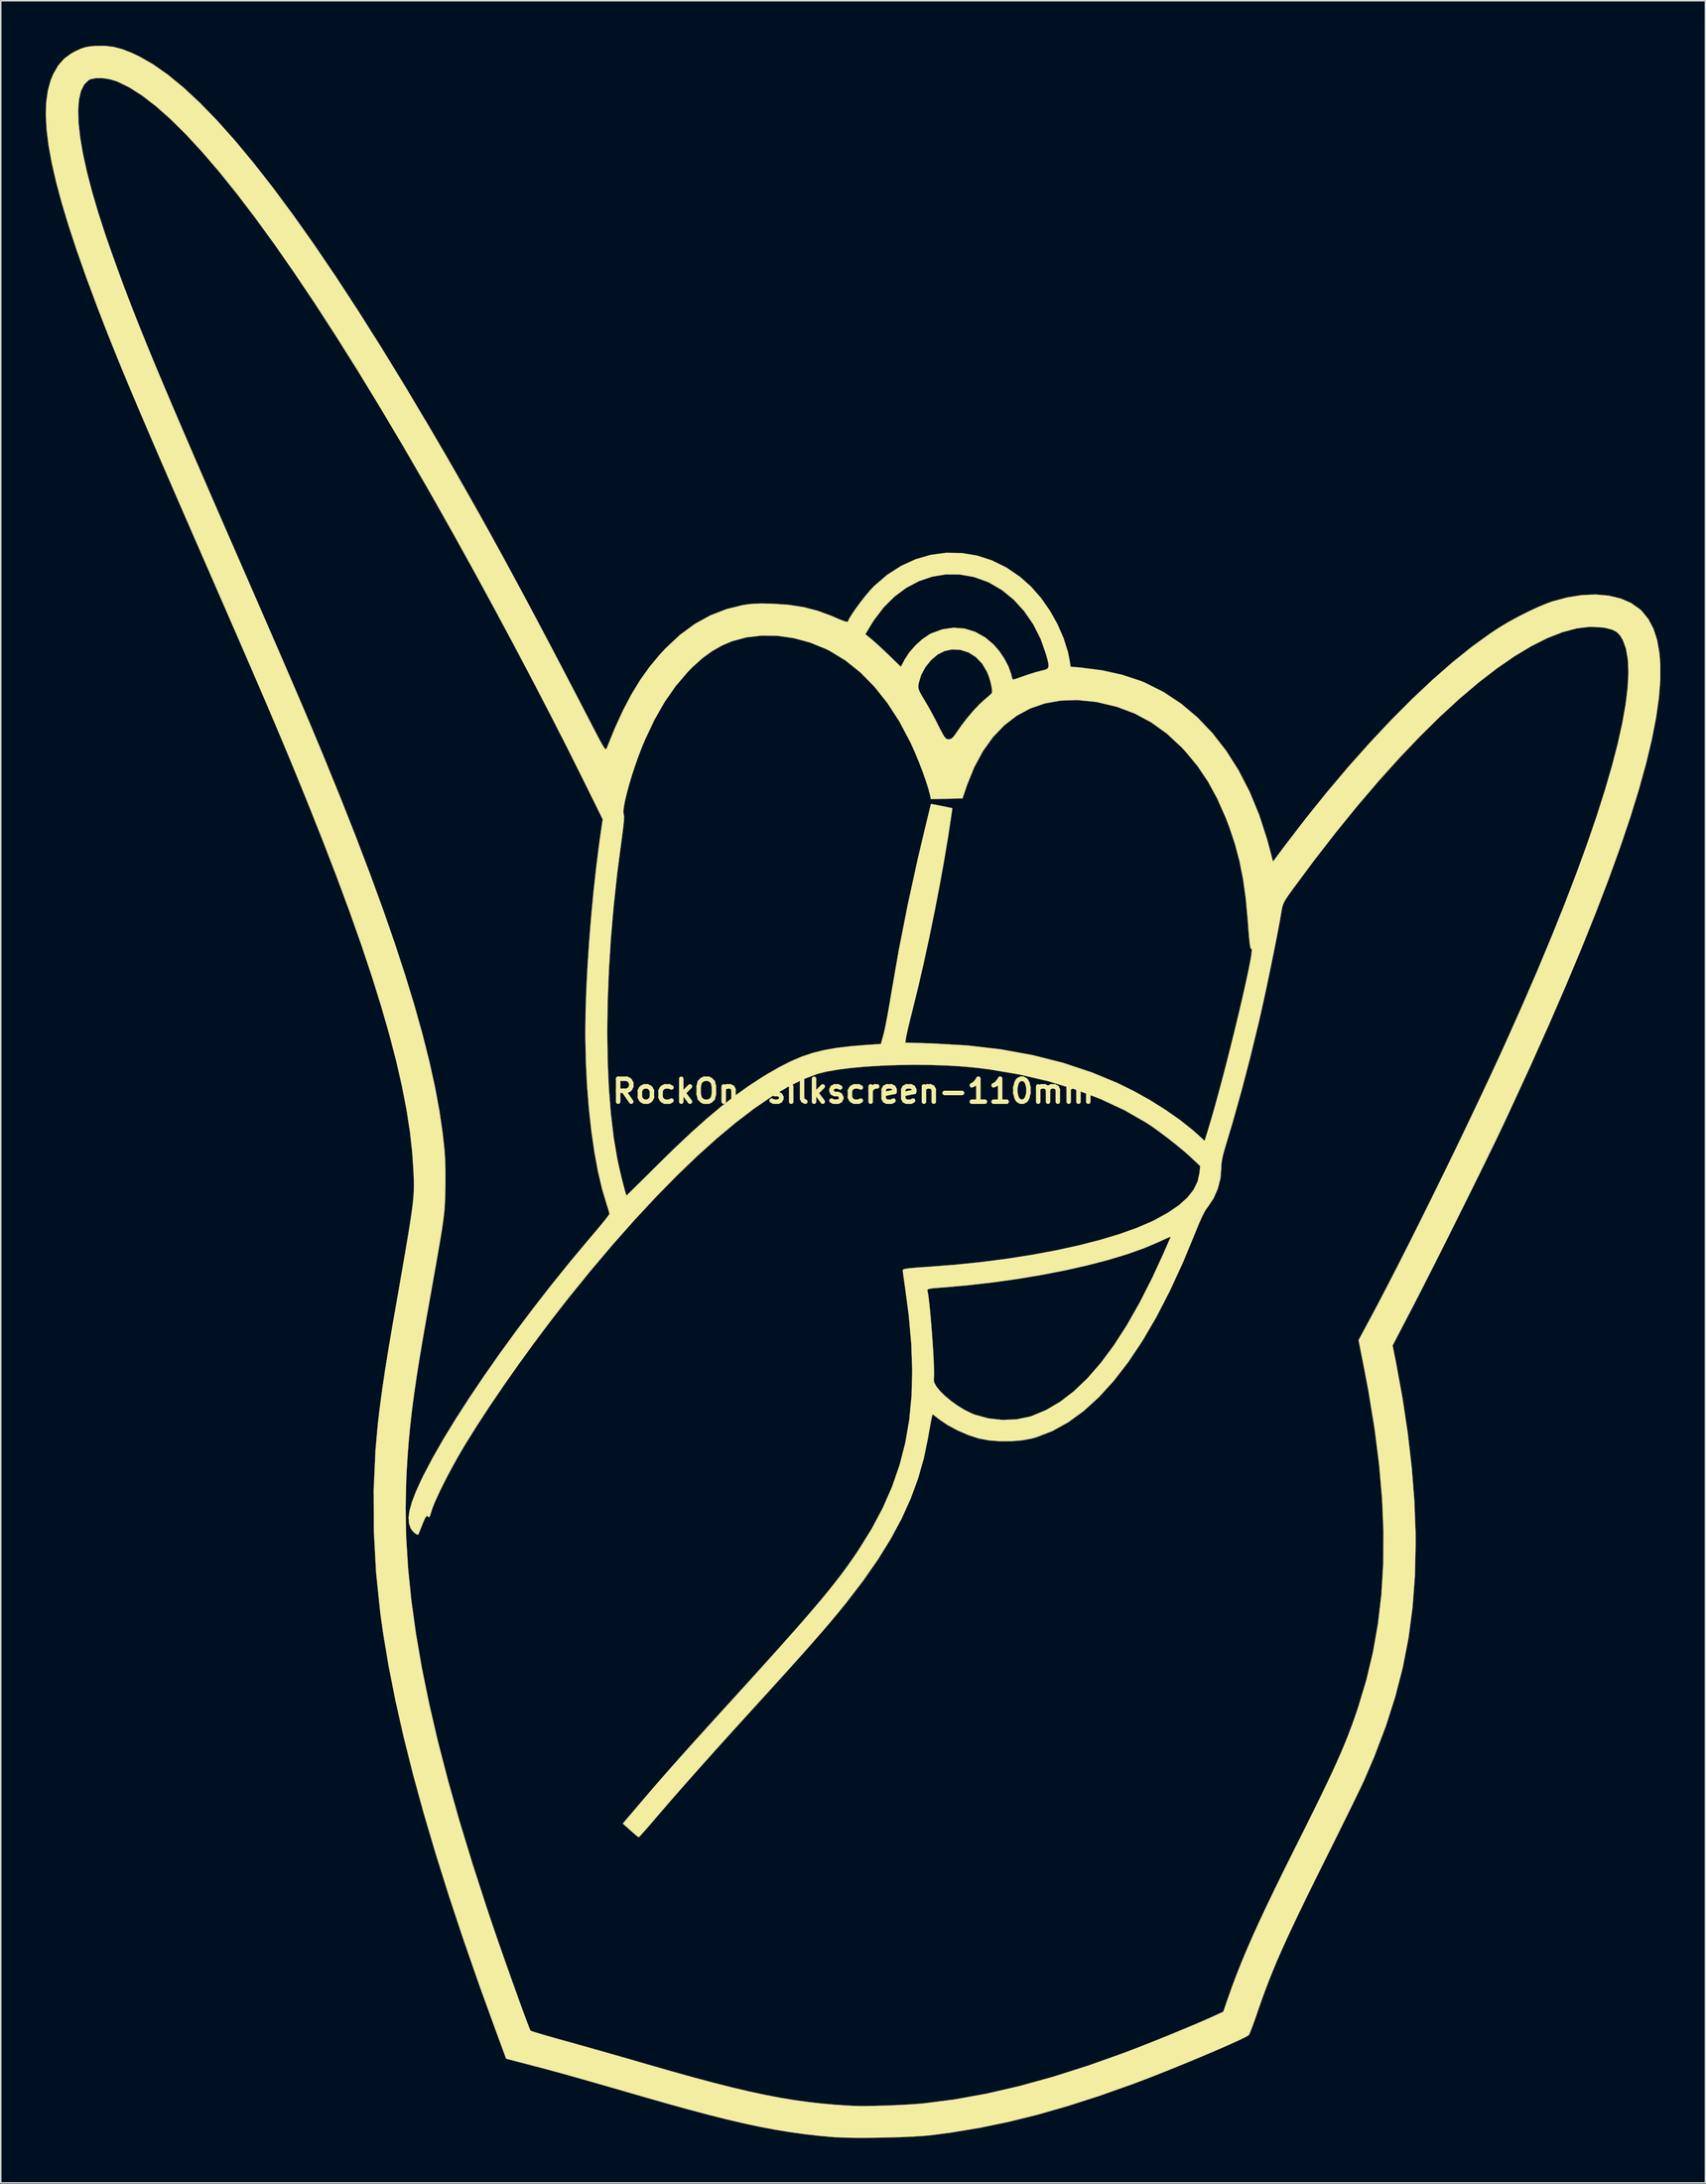
<source format=kicad_pcb>
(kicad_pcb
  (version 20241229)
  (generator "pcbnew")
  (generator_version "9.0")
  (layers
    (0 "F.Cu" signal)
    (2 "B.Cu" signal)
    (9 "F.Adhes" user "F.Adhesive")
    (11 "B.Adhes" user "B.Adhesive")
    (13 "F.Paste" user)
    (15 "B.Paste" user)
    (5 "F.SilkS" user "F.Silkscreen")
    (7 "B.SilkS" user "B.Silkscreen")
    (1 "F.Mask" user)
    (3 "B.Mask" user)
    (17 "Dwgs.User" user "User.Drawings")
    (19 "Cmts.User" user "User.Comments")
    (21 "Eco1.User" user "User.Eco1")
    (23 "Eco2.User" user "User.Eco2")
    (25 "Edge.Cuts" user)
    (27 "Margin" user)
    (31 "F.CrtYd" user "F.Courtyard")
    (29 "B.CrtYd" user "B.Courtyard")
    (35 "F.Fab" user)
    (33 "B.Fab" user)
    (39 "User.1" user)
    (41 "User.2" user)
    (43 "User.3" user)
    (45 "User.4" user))
  (footprint "RockOn-silkscreen-110mm"
    (layer "F.Cu")
    (at 53.848 69.665)
    (property "Reference" "RockOn-silkscreen-110mm" (at 0 0 0) (layer "F.SilkS") (effects (font (size 1.524 1.524) (thickness 0.3))))
    (attr through_hole)
    (fp_poly (pts (xy -49.323 -69.591) (xy -48.751 -69.441) (xy -48.127 -69.198) (xy -47.625 -68.962) (xy -46.69 -68.431) (xy -45.703 -67.739) (xy -44.664 -66.886) (xy -43.573 -65.872) (xy -42.431 -64.697) (xy -41.238 -63.362) (xy -39.993 -61.866) (xy -38.696 -60.211) (xy -37.349 -58.395) (xy -35.95 -56.419) (xy -34.5 -54.283) (xy -33 -51.987) (xy -31.448 -49.531) (xy -29.846 -46.916) (xy -28.193 -44.142) (xy -27.162 -42.376) (xy -26.404 -41.06) (xy -25.66 -39.754) (xy -24.921 -38.444) (xy -24.181 -37.115) (xy -23.43 -35.752) (xy -22.662 -34.339) (xy -21.867 -32.863) (xy -21.038 -31.308) (xy -20.166 -29.659) (xy -19.244 -27.902) (xy -18.264 -26.021) (xy -17.285 -24.133) (xy -17.022 -23.628) (xy -16.824 -23.259) (xy -16.681 -23.008) (xy -16.582 -22.859) (xy -16.515 -22.797) (xy -16.471 -22.806) (xy -16.439 -22.863) (xy -15.894 -24.203) (xy -15.347 -25.394) (xy -14.785 -26.459) (xy -14.198 -27.42) (xy -13.571 -28.296) (xy -12.892 -29.11) (xy -12.495 -29.535) (xy -11.546 -30.419) (xy -11.498 -30.454) (xy 0.812 -30.454) (xy 1.189 -30.151) (xy 1.398 -29.973) (xy 1.688 -29.711) (xy 2.023 -29.4) (xy 2.364 -29.075) (xy 2.372 -29.067) (xy 3.178 -28.286) (xy 3.43 -28.769) (xy 3.732 -29.233) (xy 4.137 -29.698) (xy 4.597 -30.116) (xy 5.063 -30.438) (xy 5.202 -30.511) (xy 5.943 -30.783) (xy 6.689 -30.89) (xy 7.424 -30.833) (xy 8.134 -30.616) (xy 8.805 -30.24) (xy 9.361 -29.771) (xy 9.74 -29.332) (xy 10.08 -28.828) (xy 10.351 -28.309) (xy 10.524 -27.826) (xy 10.55 -27.711) (xy 10.601 -27.522) (xy 10.656 -27.433) (xy 10.661 -27.432) (xy 10.763 -27.459) (xy 10.982 -27.531) (xy 11.279 -27.635) (xy 11.393 -27.676) (xy 11.783 -27.809) (xy 12.187 -27.933) (xy 12.523 -28.022) (xy 12.552 -28.028) (xy 12.796 -28.088) (xy 12.95 -28.16) (xy 13.023 -28.273) (xy 13.023 -28.46) (xy 12.96 -28.752) (xy 12.861 -29.112) (xy 12.494 -30.153) (xy 12.004 -31.118) (xy 11.403 -31.991) (xy 10.706 -32.755) (xy 9.926 -33.393) (xy 9.075 -33.89) (xy 8.962 -33.943) (xy 8.04 -34.271) (xy 7.109 -34.436) (xy 6.182 -34.442) (xy 5.271 -34.293) (xy 4.388 -33.995) (xy 3.545 -33.551) (xy 2.755 -32.967) (xy 2.03 -32.246) (xy 1.381 -31.393) (xy 1.165 -31.048) (xy 0.812 -30.454) (xy -11.498 -30.454) (xy -10.562 -31.142) (xy -9.533 -31.71) (xy -8.445 -32.131) (xy -7.398 -32.39) (xy -7.002 -32.453) (xy -6.596 -32.49) (xy -6.13 -32.503) (xy -5.558 -32.494) (xy -5.376 -32.489) (xy -4.286 -32.414) (xy -3.298 -32.26) (xy -2.363 -32.016) (xy -1.427 -31.67) (xy -1.065 -31.511) (xy -0.754 -31.38) (xy -0.515 -31.3) (xy -0.381 -31.281) (xy -0.364 -31.292) (xy -0.259 -31.511) (xy -0.065 -31.823) (xy 0.192 -32.197) (xy 0.489 -32.599) (xy 0.801 -32.996) (xy 1.104 -33.356) (xy 1.374 -33.646) (xy 1.385 -33.658) (xy 2.259 -34.41) (xy 3.19 -35.008) (xy 4.165 -35.453) (xy 5.172 -35.745) (xy 6.198 -35.882) (xy 7.228 -35.867) (xy 8.251 -35.698) (xy 9.252 -35.375) (xy 10.218 -34.899) (xy 11.137 -34.27) (xy 11.863 -33.622) (xy 12.514 -32.884) (xy 13.105 -32.041) (xy 13.616 -31.132) (xy 14.027 -30.196) (xy 14.319 -29.27) (xy 14.436 -28.687) (xy 14.495 -28.291) (xy 15.143 -28.237) (xy 16.58 -28.054) (xy 17.928 -27.755) (xy 19.168 -27.346) (xy 19.465 -27.224) (xy 20.697 -26.605) (xy 21.858 -25.837) (xy 22.944 -24.925) (xy 23.948 -23.876) (xy 24.868 -22.696) (xy 25.698 -21.391) (xy 26.433 -19.968) (xy 27.068 -18.432) (xy 27.6 -16.79) (xy 27.713 -16.375) (xy 27.993 -15.31) (xy 28.743 -16.312) (xy 30.161 -18.16) (xy 31.592 -19.936) (xy 33.028 -21.633) (xy 34.461 -23.24) (xy 35.881 -24.749) (xy 37.28 -26.152) (xy 38.65 -27.439) (xy 39.981 -28.601) (xy 41.265 -29.631) (xy 42.493 -30.518) (xy 43.034 -30.874) (xy 43.655 -31.248) (xy 44.342 -31.624) (xy 45.048 -31.98) (xy 45.729 -32.293) (xy 46.339 -32.542) (xy 46.605 -32.636) (xy 47.611 -32.908) (xy 48.587 -33.063) (xy 49.517 -33.102) (xy 50.384 -33.026) (xy 51.174 -32.838) (xy 51.868 -32.539) (xy 52.452 -32.13) (xy 52.582 -32.008) (xy 53.023 -31.469) (xy 53.364 -30.826) (xy 53.61 -30.067) (xy 53.764 -29.182) (xy 53.82 -28.49) (xy 53.822 -27.42) (xy 53.728 -26.22) (xy 53.539 -24.891) (xy 53.255 -23.433) (xy 52.874 -21.844) (xy 52.398 -20.124) (xy 51.826 -18.271) (xy 51.157 -16.287) (xy 50.391 -14.169) (xy 49.528 -11.917) (xy 48.569 -9.531) (xy 47.511 -7.01) (xy 46.357 -4.353) (xy 45.104 -1.56) (xy 43.754 1.37) (xy 43.385 2.159) (xy 43.099 2.761) (xy 42.746 3.494) (xy 42.336 4.335) (xy 41.881 5.264) (xy 41.39 6.26) (xy 40.874 7.302) (xy 40.343 8.369) (xy 39.808 9.441) (xy 39.279 10.496) (xy 38.767 11.513) (xy 38.281 12.472) (xy 37.833 13.352) (xy 37.432 14.131) (xy 37.207 14.564) (xy 35.969 16.939) (xy 36.185 18.016) (xy 36.624 20.405) (xy 36.978 22.761) (xy 37.244 25.06) (xy 37.419 27.277) (xy 37.501 29.389) (xy 37.507 30.099) (xy 37.457 32.282) (xy 37.301 34.371) (xy 37.036 36.39) (xy 36.653 38.369) (xy 36.148 40.334) (xy 35.515 42.313) (xy 34.747 44.332) (xy 34.077 45.895) (xy 33.964 46.138) (xy 33.783 46.516) (xy 33.544 47.01) (xy 33.255 47.603) (xy 32.923 48.278) (xy 32.559 49.016) (xy 32.17 49.801) (xy 31.765 50.616) (xy 31.546 51.054) (xy 30.896 52.36) (xy 30.318 53.532) (xy 29.806 54.586) (xy 29.351 55.537) (xy 28.947 56.401) (xy 28.587 57.193) (xy 28.265 57.93) (xy 27.973 58.627) (xy 27.704 59.3) (xy 27.451 59.965) (xy 27.208 60.636) (xy 26.966 61.33) (xy 26.92 61.468) (xy 26.764 61.916) (xy 26.621 62.311) (xy 26.5 62.624) (xy 26.414 62.824) (xy 26.382 62.88) (xy 26.256 62.963) (xy 25.99 63.1) (xy 25.601 63.284) (xy 25.107 63.508) (xy 24.526 63.763) (xy 23.873 64.044) (xy 23.169 64.342) (xy 22.428 64.65) (xy 21.67 64.961) (xy 20.912 65.267) (xy 20.171 65.561) (xy 19.464 65.836) (xy 18.81 66.084) (xy 18.595 66.163) (xy 16.399 66.939) (xy 14.309 67.611) (xy 12.303 68.185) (xy 10.358 68.666) (xy 8.453 69.061) (xy 6.564 69.375) (xy 5.165 69.558) (xy 4.659 69.604) (xy 4.022 69.645) (xy 3.29 69.678) (xy 2.497 69.703) (xy 1.678 69.721) (xy 0.869 69.729) (xy 0.105 69.727) (xy -0.58 69.716) (xy -1.149 69.693) (xy -1.392 69.676) (xy -2.36 69.586) (xy -3.311 69.477) (xy -4.262 69.344) (xy -5.232 69.184) (xy -6.237 68.993) (xy -7.295 68.767) (xy -8.425 68.504) (xy -9.644 68.198) (xy -10.969 67.846) (xy -12.419 67.444) (xy -13.97 67.001) (xy -15.094 66.677) (xy -16.073 66.394) (xy -16.924 66.15) (xy -17.664 65.938) (xy -18.311 65.754) (xy -18.883 65.593) (xy -19.396 65.45) (xy -19.868 65.32) (xy -20.317 65.199) (xy -20.759 65.081) (xy -21.213 64.962) (xy -21.458 64.898) (xy -23.146 64.459) (xy -23.723 62.9) (xy -24.896 59.672) (xy -25.974 56.579) (xy -26.959 53.617) (xy -27.851 50.781) (xy -28.653 48.067) (xy -29.365 45.47) (xy -29.988 42.986) (xy -30.524 40.61) (xy -30.974 38.338) (xy -31.339 36.166) (xy -31.537 34.761) (xy -31.819 32.046) (xy -31.967 29.306) (xy -31.979 26.577) (xy -31.856 23.891) (xy -31.703 22.183) (xy -31.574 21.081) (xy -31.411 19.875) (xy -31.214 18.549) (xy -30.979 17.09) (xy -30.705 15.482) (xy -30.686 15.373) (xy -30.449 14.026) (xy -30.241 12.833) (xy -30.058 11.784) (xy -29.899 10.866) (xy -29.764 10.067) (xy -29.649 9.376) (xy -29.554 8.781) (xy -29.476 8.27) (xy -29.415 7.832) (xy -29.369 7.454) (xy -29.335 7.124) (xy -29.313 6.831) (xy -29.301 6.563) (xy -29.297 6.309) (xy -29.299 6.055) (xy -29.306 5.791) (xy -29.317 5.505) (xy -29.322 5.376) (xy -29.407 4.066) (xy -29.564 2.676) (xy -29.794 1.201) (xy -30.098 -0.363) (xy -30.478 -2.023) (xy -30.936 -3.783) (xy -31.474 -5.65) (xy -32.092 -7.629) (xy -32.792 -9.725) (xy -33.576 -11.943) (xy -34.446 -14.29) (xy -35.402 -16.77) (xy -36.272 -18.955) (xy -36.592 -19.746) (xy -36.904 -20.513) (xy -37.214 -21.269) (xy -37.526 -22.026) (xy -37.847 -22.796) (xy -38.181 -23.592) (xy -38.533 -24.426) (xy -38.91 -25.31) (xy -39.315 -26.257) (xy -39.755 -27.279) (xy -40.235 -28.388) (xy -40.759 -29.597) (xy -41.334 -30.918) (xy -41.964 -32.363) (xy -42.655 -33.945) (xy -43.009 -34.756) (xy -43.791 -36.545) (xy -44.508 -38.189) (xy -45.165 -39.698) (xy -45.766 -41.082) (xy -46.315 -42.35) (xy -46.816 -43.511) (xy -47.273 -44.577) (xy -47.691 -45.556) (xy -48.073 -46.459) (xy -48.424 -47.294) (xy -48.747 -48.073) (xy -49.048 -48.804) (xy -49.329 -49.498) (xy -49.595 -50.164) (xy -49.851 -50.812) (xy -50.1 -51.452) (xy -50.347 -52.093) (xy -50.425 -52.297) (xy -51.144 -54.226) (xy -51.776 -56.016) (xy -52.322 -57.671) (xy -52.783 -59.197) (xy -53.159 -60.598) (xy -53.452 -61.881) (xy -53.663 -63.049) (xy -53.793 -64.109) (xy -53.843 -65.065) (xy -53.833 -65.358) (xy -51.686 -65.358) (xy -51.659 -64.519) (xy -51.552 -63.556) (xy -51.367 -62.473) (xy -51.105 -61.275) (xy -50.765 -59.967) (xy -50.349 -58.552) (xy -49.857 -57.037) (xy -49.529 -56.092) (xy -49.263 -55.348) (xy -48.998 -54.616) (xy -48.728 -53.885) (xy -48.45 -53.147) (xy -48.16 -52.392) (xy -47.854 -51.61) (xy -47.529 -50.793) (xy -47.179 -49.929) (xy -46.802 -49.01) (xy -46.393 -48.027) (xy -45.948 -46.969) (xy -45.464 -45.827) (xy -44.937 -44.593) (xy -44.361 -43.255) (xy -43.735 -41.805) (xy -43.053 -40.234) (xy -42.312 -38.531) (xy -41.507 -36.687) (xy -41.126 -35.814) (xy -40.41 -34.176) (xy -39.758 -32.681) (xy -39.165 -31.319) (xy -38.625 -30.078) (xy -38.134 -28.947) (xy -37.688 -27.914) (xy -37.28 -26.968) (xy -36.907 -26.098) (xy -36.563 -25.293) (xy -36.244 -24.54) (xy -35.945 -23.83) (xy -35.661 -23.151) (xy -35.386 -22.491) (xy -35.352 -22.407) (xy -34.218 -19.629) (xy -33.175 -16.989) (xy -32.22 -14.483) (xy -31.351 -12.107) (xy -30.569 -9.855) (xy -29.871 -7.724) (xy -29.256 -5.708) (xy -28.723 -3.805) (xy -28.269 -2.008) (xy -27.895 -0.314) (xy -27.598 1.281) (xy -27.378 2.783) (xy -27.259 3.88) (xy -27.218 4.491) (xy -27.195 5.215) (xy -27.191 5.994) (xy -27.202 6.632) (xy -27.211 6.941) (xy -27.219 7.218) (xy -27.23 7.476) (xy -27.245 7.728) (xy -27.267 7.987) (xy -27.296 8.267) (xy -27.335 8.581) (xy -27.386 8.943) (xy -27.452 9.366) (xy -27.533 9.864) (xy -27.633 10.45) (xy -27.752 11.137) (xy -27.893 11.938) (xy -28.059 12.868) (xy -28.25 13.94) (xy -28.44 15.002) (xy -28.702 16.497) (xy -28.929 17.849) (xy -29.124 19.081) (xy -29.289 20.218) (xy -29.428 21.281) (xy -29.543 22.294) (xy -29.638 23.28) (xy -29.714 24.261) (xy -29.776 25.261) (xy -29.807 25.894) (xy -29.851 27.795) (xy -29.81 29.762) (xy -29.682 31.798) (xy -29.467 33.913) (xy -29.163 36.111) (xy -28.769 38.399) (xy -28.283 40.783) (xy -27.706 43.271) (xy -27.034 45.868) (xy -26.268 48.582) (xy -25.405 51.417) (xy -24.444 54.381) (xy -24.119 55.351) (xy -23.899 55.996) (xy -23.659 56.691) (xy -23.405 57.418) (xy -23.144 58.161) (xy -22.882 58.9) (xy -22.625 59.619) (xy -22.38 60.3) (xy -22.154 60.925) (xy -21.951 61.476) (xy -21.78 61.936) (xy -21.645 62.287) (xy -21.555 62.511) (xy -21.516 62.589) (xy -21.421 62.628) (xy -21.185 62.704) (xy -20.828 62.812) (xy -20.372 62.945) (xy -19.838 63.097) (xy -19.248 63.262) (xy -19.173 63.283) (xy -18.524 63.463) (xy -17.752 63.68) (xy -16.898 63.922) (xy -16.002 64.177) (xy -15.104 64.434) (xy -14.244 64.682) (xy -13.801 64.811) (xy -12.181 65.276) (xy -10.703 65.688) (xy -9.352 66.049) (xy -8.11 66.364) (xy -6.961 66.635) (xy -5.887 66.865) (xy -4.873 67.059) (xy -3.901 67.22) (xy -2.954 67.35) (xy -2.017 67.454) (xy -1.072 67.535) (xy -0.103 67.596) (xy -0.085 67.597) (xy 0.371 67.61) (xy 0.955 67.61) (xy 1.627 67.597) (xy 2.349 67.575) (xy 3.078 67.544) (xy 3.777 67.505) (xy 4.404 67.46) (xy 4.741 67.429) (xy 6.772 67.169) (xy 8.873 66.789) (xy 11.054 66.287) (xy 13.321 65.662) (xy 15.683 64.911) (xy 17.992 64.091) (xy 18.675 63.832) (xy 19.439 63.535) (xy 20.249 63.213) (xy 21.075 62.879) (xy 21.884 62.546) (xy 22.643 62.229) (xy 23.319 61.94) (xy 23.881 61.692) (xy 24.045 61.617) (xy 24.68 61.324) (xy 24.969 60.486) (xy 25.249 59.693) (xy 25.548 58.895) (xy 25.873 58.076) (xy 26.23 57.22) (xy 26.627 56.312) (xy 27.07 55.337) (xy 27.567 54.278) (xy 28.125 53.12) (xy 28.749 51.848) (xy 29.449 50.445) (xy 29.547 50.25) (xy 30.155 49.037) (xy 30.691 47.958) (xy 31.162 46.998) (xy 31.575 46.142) (xy 31.938 45.373) (xy 32.256 44.677) (xy 32.538 44.038) (xy 32.789 43.44) (xy 33.018 42.868) (xy 33.231 42.306) (xy 33.434 41.739) (xy 33.635 41.151) (xy 33.66 41.077) (xy 34.212 39.249) (xy 34.656 37.386) (xy 34.993 35.476) (xy 35.222 33.51) (xy 35.344 31.478) (xy 35.36 29.369) (xy 35.269 27.174) (xy 35.071 24.882) (xy 34.767 22.485) (xy 34.357 19.97) (xy 34.073 18.471) (xy 33.699 16.579) (xy 34.345 15.38) (xy 34.946 14.252) (xy 35.605 12.99) (xy 36.312 11.616) (xy 37.055 10.151) (xy 37.824 8.616) (xy 38.61 7.034) (xy 39.401 5.424) (xy 40.187 3.808) (xy 40.957 2.208) (xy 41.701 0.645) (xy 42.409 -0.859) (xy 43.07 -2.284) (xy 43.487 -3.196) (xy 44.587 -5.656) (xy 45.612 -8.021) (xy 46.56 -10.289) (xy 47.431 -12.456) (xy 48.224 -14.52) (xy 48.938 -16.477) (xy 49.572 -18.324) (xy 50.125 -20.058) (xy 50.596 -21.676) (xy 50.985 -23.175) (xy 51.29 -24.553) (xy 51.511 -25.804) (xy 51.646 -26.928) (xy 51.695 -27.92) (xy 51.657 -28.778) (xy 51.531 -29.498) (xy 51.327 -30.056) (xy 51.139 -30.375) (xy 50.919 -30.599) (xy 50.629 -30.753) (xy 50.23 -30.861) (xy 49.963 -30.908) (xy 49.145 -30.953) (xy 48.259 -30.848) (xy 47.308 -30.596) (xy 46.296 -30.201) (xy 45.226 -29.664) (xy 44.103 -28.99) (xy 42.929 -28.181) (xy 41.709 -27.241) (xy 40.446 -26.172) (xy 39.144 -24.978) (xy 37.806 -23.661) (xy 36.436 -22.226) (xy 35.039 -20.674) (xy 33.617 -19.01) (xy 32.174 -17.235) (xy 30.713 -15.354) (xy 29.362 -13.536) (xy 29.078 -13.144) (xy 28.877 -12.851) (xy 28.742 -12.622) (xy 28.655 -12.421) (xy 28.597 -12.212) (xy 28.551 -11.959) (xy 28.539 -11.885) (xy 28.465 -11.448) (xy 28.36 -10.874) (xy 28.228 -10.191) (xy 28.077 -9.427) (xy 27.912 -8.611) (xy 27.738 -7.77) (xy 27.562 -6.933) (xy 27.389 -6.128) (xy 27.224 -5.382) (xy 27.075 -4.725) (xy 27.049 -4.614) (xy 26.482 -2.282) (xy 25.896 -0.04) (xy 25.3 2.083) (xy 24.832 3.641) (xy 24.677 4.18) (xy 24.584 4.606) (xy 24.545 4.959) (xy 24.543 5.122) (xy 24.491 5.795) (xy 24.314 6.483) (xy 24.032 7.132) (xy 23.664 7.685) (xy 23.615 7.742) (xy 23.468 7.959) (xy 23.283 8.315) (xy 23.071 8.784) (xy 22.863 9.29) (xy 22.003 11.372) (xy 21.121 13.288) (xy 20.217 15.039) (xy 19.291 16.624) (xy 18.343 18.042) (xy 17.374 19.294) (xy 16.384 20.379) (xy 15.373 21.298) (xy 14.341 22.049) (xy 13.289 22.632) (xy 12.217 23.048) (xy 11.938 23.127) (xy 11.286 23.252) (xy 10.542 23.314) (xy 9.767 23.315) (xy 9.025 23.255) (xy 8.376 23.132) (xy 8.358 23.128) (xy 7.664 22.9) (xy 6.958 22.594) (xy 6.301 22.241) (xy 5.8 21.905) (xy 5.292 21.516) (xy 5.236 21.744) (xy 5.201 21.912) (xy 5.145 22.207) (xy 5.076 22.589) (xy 5.002 23.019) (xy 4.993 23.072) (xy 4.708 24.451) (xy 4.323 25.802) (xy 3.832 27.138) (xy 3.227 28.474) (xy 2.501 29.823) (xy 1.647 31.199) (xy 0.657 32.618) (xy -0.474 34.092) (xy -0.875 34.586) (xy -1.234 35.02) (xy -1.617 35.475) (xy -2.034 35.961) (xy -2.495 36.491) (xy -3.011 37.076) (xy -3.592 37.728) (xy -4.248 38.458) (xy -4.988 39.277) (xy -5.825 40.198) (xy -6.73 41.19) (xy -7.992 42.577) (xy -9.144 43.852) (xy -10.194 45.023) (xy -11.15 46.1) (xy -12.02 47.091) (xy -12.812 48.006) (xy -13.161 48.413) (xy -13.497 48.805) (xy -13.796 49.149) (xy -14.041 49.425) (xy -14.215 49.615) (xy -14.299 49.697) (xy -14.304 49.699) (xy -14.384 49.647) (xy -14.557 49.507) (xy -14.789 49.307) (xy -14.858 49.245) (xy -15.366 48.791) (xy -14.691 47.996) (xy -14.156 47.368) (xy -13.65 46.777) (xy -13.158 46.207) (xy -12.665 45.642) (xy -12.157 45.065) (xy -11.618 44.459) (xy -11.035 43.807) (xy -10.392 43.094) (xy -9.675 42.302) (xy -8.868 41.414) (xy -8.202 40.682) (xy -7.116 39.49) (xy -6.139 38.411) (xy -5.261 37.437) (xy -4.474 36.558) (xy -3.771 35.765) (xy -3.144 35.048) (xy -2.585 34.398) (xy -2.084 33.805) (xy -1.636 33.26) (xy -1.231 32.753) (xy -0.861 32.274) (xy -0.519 31.815) (xy -0.197 31.365) (xy 0.114 30.916) (xy 0.353 30.561) (xy 1.222 29.166) (xy 1.965 27.77) (xy 2.586 26.358) (xy 3.086 24.919) (xy 3.469 23.437) (xy 3.736 21.899) (xy 3.891 20.291) (xy 3.935 18.601) (xy 3.872 16.814) (xy 3.702 14.916) (xy 3.481 13.243) (xy 4.942 13.243) (xy 4.947 13.283) (xy 4.991 13.493) (xy 5.039 13.838) (xy 5.09 14.29) (xy 5.143 14.826) (xy 5.195 15.419) (xy 5.245 16.044) (xy 5.29 16.675) (xy 5.33 17.286) (xy 5.361 17.852) (xy 5.382 18.348) (xy 5.392 18.748) (xy 5.388 19.025) (xy 5.373 19.145) (xy 5.386 19.365) (xy 5.53 19.643) (xy 5.782 19.96) (xy 6.122 20.296) (xy 6.529 20.635) (xy 6.981 20.956) (xy 7.456 21.243) (xy 7.935 21.475) (xy 8.132 21.552) (xy 9.022 21.793) (xy 9.948 21.895) (xy 10.87 21.859) (xy 11.746 21.683) (xy 11.912 21.631) (xy 12.865 21.234) (xy 13.799 20.685) (xy 14.716 19.982) (xy 15.617 19.122) (xy 16.504 18.105) (xy 17.379 16.928) (xy 18.243 15.589) (xy 19.097 14.086) (xy 19.944 12.417) (xy 20.628 10.935) (xy 20.812 10.519) (xy 20.969 10.16) (xy 21.087 9.887) (xy 21.155 9.724) (xy 21.167 9.692) (xy 21.096 9.713) (xy 20.904 9.794) (xy 20.623 9.921) (xy 20.384 10.033) (xy 19.413 10.446) (xy 18.29 10.846) (xy 17.035 11.227) (xy 15.663 11.585) (xy 14.192 11.919) (xy 12.641 12.222) (xy 11.026 12.493) (xy 9.366 12.727) (xy 7.678 12.921) (xy 5.979 13.071) (xy 5.734 13.089) (xy 5.351 13.119) (xy 5.11 13.151) (xy 4.983 13.19) (xy 4.942 13.243) (xy 3.481 13.243) (xy 3.469 13.151) (xy 3.407 12.728) (xy 3.355 12.36) (xy 3.319 12.082) (xy 3.302 11.93) (xy 3.302 11.918) (xy 3.336 11.874) (xy 3.451 11.835) (xy 3.665 11.8) (xy 3.996 11.765) (xy 4.464 11.729) (xy 4.936 11.698) (xy 6.745 11.56) (xy 8.524 11.378) (xy 10.258 11.154) (xy 11.933 10.892) (xy 13.533 10.594) (xy 15.043 10.264) (xy 16.448 9.904) (xy 17.733 9.519) (xy 18.884 9.11) (xy 19.884 8.682) (xy 20.108 8.573) (xy 20.998 8.082) (xy 21.724 7.585) (xy 22.291 7.075) (xy 22.705 6.546) (xy 22.971 5.994) (xy 23.091 5.443) (xy 23.139 4.983) (xy 22.513 4.392) (xy 22.112 4.035) (xy 21.614 3.62) (xy 21.061 3.183) (xy 20.498 2.758) (xy 19.97 2.378) (xy 19.542 2.091) (xy 18.082 1.256) (xy 16.489 0.512) (xy 14.778 -0.135) (xy 12.962 -0.683) (xy 11.053 -1.127) (xy 9.065 -1.462) (xy 8.255 -1.564) (xy 7.282 -1.656) (xy 6.24 -1.719) (xy 5.152 -1.755) (xy 4.043 -1.765) (xy 2.934 -1.748) (xy 1.85 -1.708) (xy 0.815 -1.643) (xy -0.149 -1.555) (xy -1.017 -1.446) (xy -1.766 -1.315) (xy -2.373 -1.165) (xy -2.422 -1.149) (xy -3.373 -0.785) (xy -4.395 -0.274) (xy -5.484 0.379) (xy -6.635 1.169) (xy -7.842 2.092) (xy -9.101 3.143) (xy -10.407 4.318) (xy -11.754 5.612) (xy -13.138 7.022) (xy -14.554 8.541) (xy -15.996 10.166) (xy -17.46 11.892) (xy -18.941 13.715) (xy -19.192 14.032) (xy -20.241 15.383) (xy -21.289 16.781) (xy -22.318 18.197) (xy -23.308 19.604) (xy -24.241 20.976) (xy -25.097 22.285) (xy -25.858 23.504) (xy -25.985 23.715) (xy -26.351 24.342) (xy -26.715 24.996) (xy -27.065 25.65) (xy -27.386 26.281) (xy -27.668 26.862) (xy -27.897 27.369) (xy -28.061 27.777) (xy -28.137 28.017) (xy -28.209 28.251) (xy -28.275 28.376) (xy -28.313 28.377) (xy -28.389 28.295) (xy -28.467 28.318) (xy -28.562 28.463) (xy -28.686 28.748) (xy -28.744 28.892) (xy -28.859 29.186) (xy -28.949 29.411) (xy -29 29.527) (xy -29.004 29.534) (xy -29.095 29.533) (xy -29.242 29.435) (xy -29.398 29.28) (xy -29.51 29.118) (xy -29.623 28.791) (xy -29.65 28.402) (xy -29.589 27.938) (xy -29.435 27.384) (xy -29.186 26.728) (xy -28.838 25.957) (xy -28.649 25.57) (xy -28.048 24.428) (xy -27.336 23.183) (xy -26.523 21.852) (xy -25.619 20.449) (xy -24.636 18.99) (xy -23.585 17.49) (xy -22.475 15.963) (xy -21.317 14.427) (xy -20.123 12.894) (xy -18.902 11.382) (xy -17.666 9.904) (xy -17.453 9.654) (xy -17.101 9.24) (xy -16.791 8.867) (xy -16.537 8.554) (xy -16.356 8.32) (xy -16.264 8.187) (xy -16.256 8.166) (xy -16.282 8.045) (xy -16.35 7.812) (xy -16.446 7.516) (xy -16.455 7.487) (xy -16.754 6.486) (xy -17.022 5.338) (xy -17.258 4.062) (xy -17.458 2.678) (xy -17.621 1.206) (xy -17.745 -0.335) (xy -17.826 -1.926) (xy -17.862 -3.546) (xy -17.863 -3.954) (xy -16.403 -3.954) (xy -16.376 -2.033) (xy -16.296 -0.213) (xy -16.162 1.493) (xy -15.974 3.071) (xy -15.732 4.506) (xy -15.659 4.855) (xy -15.579 5.21) (xy -15.486 5.603) (xy -15.387 6) (xy -15.292 6.366) (xy -15.21 6.668) (xy -15.149 6.871) (xy -15.119 6.943) (xy -15.057 6.885) (xy -14.889 6.722) (xy -14.629 6.466) (xy -14.29 6.132) (xy -13.886 5.733) (xy -13.432 5.282) (xy -13.033 4.885) (xy -11.864 3.742) (xy -10.78 2.725) (xy -9.765 1.819) (xy -8.805 1.013) (xy -7.883 0.296) (xy -6.987 -0.347) (xy -6.099 -0.927) (xy -5.725 -1.155) (xy -4.915 -1.619) (xy -4.165 -2) (xy -3.443 -2.309) (xy -2.716 -2.555) (xy -1.951 -2.746) (xy -1.117 -2.893) (xy -0.18 -3.005) (xy 0.891 -3.092) (xy 0.944 -3.095) (xy 1.845 -3.155) (xy 2.023 -3.8) (xy 2.088 -4.069) (xy 2.171 -4.472) (xy 2.268 -4.977) (xy 2.372 -5.551) (xy 2.477 -6.161) (xy 2.536 -6.519) (xy 3.042 -9.428) (xy 3.636 -12.436) (xy 4.308 -15.503) (xy 4.754 -17.385) (xy 5.183 -19.15) (xy 5.492 -19.093) (xy 5.772 -19.039) (xy 6.101 -18.973) (xy 6.206 -18.951) (xy 6.612 -18.865) (xy 6.556 -18.471) (xy 6.332 -16.979) (xy 6.062 -15.366) (xy 5.755 -13.671) (xy 5.418 -11.933) (xy 5.06 -10.191) (xy 4.688 -8.486) (xy 4.311 -6.855) (xy 3.945 -5.376) (xy 3.819 -4.879) (xy 3.706 -4.415) (xy 3.613 -4.017) (xy 3.549 -3.722) (xy 3.524 -3.59) (xy 3.474 -3.244) (xy 5.272 -3.19) (xy 7.609 -3.057) (xy 9.836 -2.798) (xy 11.96 -2.413) (xy 13.986 -1.9) (xy 15.92 -1.258) (xy 17.611 -0.558) (xy 18.706 -0.02) (xy 19.795 0.588) (xy 20.843 1.245) (xy 21.812 1.925) (xy 22.665 2.606) (xy 22.956 2.863) (xy 23.433 3.301) (xy 23.65 2.603) (xy 23.841 1.969) (xy 24.047 1.256) (xy 24.264 0.476) (xy 24.489 -0.355) (xy 24.719 -1.224) (xy 24.949 -2.116) (xy 25.177 -3.017) (xy 25.4 -3.914) (xy 25.613 -4.791) (xy 25.814 -5.635) (xy 25.999 -6.432) (xy 26.164 -7.168) (xy 26.307 -7.827) (xy 26.424 -8.397) (xy 26.511 -8.863) (xy 26.565 -9.211) (xy 26.583 -9.426) (xy 26.562 -9.495) (xy 26.552 -9.49) (xy 26.515 -9.502) (xy 26.481 -9.609) (xy 26.445 -9.825) (xy 26.407 -10.166) (xy 26.366 -10.644) (xy 26.318 -11.274) (xy 26.308 -11.413) (xy 26.18 -12.826) (xy 26.001 -14.114) (xy 25.765 -15.311) (xy 25.462 -16.458) (xy 25.085 -17.59) (xy 24.838 -18.233) (xy 24.276 -19.501) (xy 23.659 -20.634) (xy 22.966 -21.663) (xy 22.18 -22.617) (xy 21.89 -22.928) (xy 20.918 -23.83) (xy 19.881 -24.576) (xy 18.773 -25.171) (xy 17.586 -25.618) (xy 16.311 -25.922) (xy 16.144 -25.951) (xy 14.955 -26.07) (xy 13.833 -26.035) (xy 12.781 -25.847) (xy 11.8 -25.507) (xy 10.894 -25.017) (xy 10.066 -24.38) (xy 9.318 -23.597) (xy 8.653 -22.67) (xy 8.074 -21.601) (xy 7.584 -20.392) (xy 7.536 -20.252) (xy 7.289 -19.516) (xy 6.234 -19.492) (xy 5.179 -19.468) (xy 5.121 -19.746) (xy 5.012 -20.163) (xy 4.843 -20.692) (xy 4.629 -21.295) (xy 4.384 -21.933) (xy 4.122 -22.566) (xy 3.858 -23.155) (xy 3.797 -23.283) (xy 3.072 -24.65) (xy 2.273 -25.88) (xy 1.417 -26.955) (xy 4.34 -26.955) (xy 4.364 -26.791) (xy 4.442 -26.598) (xy 4.59 -26.333) (xy 4.726 -26.11) (xy 4.95 -25.732) (xy 5.208 -25.272) (xy 5.459 -24.802) (xy 5.59 -24.546) (xy 5.805 -24.119) (xy 5.963 -23.82) (xy 6.08 -23.627) (xy 6.175 -23.517) (xy 6.263 -23.467) (xy 6.362 -23.453) (xy 6.4 -23.453) (xy 6.551 -23.499) (xy 6.715 -23.657) (xy 6.884 -23.897) (xy 7.22 -24.383) (xy 7.614 -24.891) (xy 8.028 -25.377) (xy 8.425 -25.796) (xy 8.705 -26.054) (xy 8.945 -26.259) (xy 9.133 -26.426) (xy 9.232 -26.521) (xy 9.236 -26.526) (xy 9.261 -26.672) (xy 9.233 -26.931) (xy 9.16 -27.259) (xy 9.054 -27.613) (xy 8.926 -27.939) (xy 8.598 -28.496) (xy 8.176 -28.935) (xy 7.682 -29.245) (xy 7.139 -29.416) (xy 6.566 -29.437) (xy 6.091 -29.335) (xy 5.625 -29.1) (xy 5.19 -28.731) (xy 4.816 -28.266) (xy 4.531 -27.74) (xy 4.365 -27.191) (xy 4.356 -27.133) (xy 4.34 -26.955) (xy 1.417 -26.955) (xy 1.406 -26.969) (xy 0.475 -27.913) (xy -0.515 -28.705) (xy -1.56 -29.342) (xy -1.82 -29.472) (xy -2.878 -29.901) (xy -3.957 -30.194) (xy -5.038 -30.349) (xy -6.101 -30.367) (xy -7.125 -30.246) (xy -8.089 -29.986) (xy -8.748 -29.706) (xy -9.423 -29.321) (xy -10.062 -28.855) (xy -10.704 -28.278) (xy -11.026 -27.95) (xy -11.833 -27.009) (xy -12.574 -25.948) (xy -13.256 -24.754) (xy -13.889 -23.414) (xy -14.086 -22.943) (xy -14.321 -22.335) (xy -14.546 -21.701) (xy -14.754 -21.065) (xy -14.94 -20.448) (xy -15.096 -19.874) (xy -15.217 -19.366) (xy -15.296 -18.946) (xy -15.328 -18.636) (xy -15.307 -18.46) (xy -15.302 -18.452) (xy -15.281 -18.309) (xy -15.295 -18.002) (xy -15.343 -17.534) (xy -15.425 -16.906) (xy -15.44 -16.804) (xy -15.733 -14.575) (xy -15.973 -12.362) (xy -16.161 -10.18) (xy -16.295 -8.042) (xy -16.376 -5.962) (xy -16.403 -3.954) (xy -17.863 -3.954) (xy -17.863 -3.979) (xy -17.846 -5.338) (xy -17.795 -6.826) (xy -17.713 -8.411) (xy -17.603 -10.055) (xy -17.467 -11.726) (xy -17.309 -13.387) (xy -17.13 -15.004) (xy -16.934 -16.542) (xy -16.858 -17.085) (xy -16.707 -18.126) (xy -17.949 -20.641) (xy -19.033 -22.811) (xy -20.196 -25.09) (xy -21.421 -27.447) (xy -22.692 -29.852) (xy -23.992 -32.274) (xy -25.305 -34.681) (xy -26.614 -37.044) (xy -27.902 -39.331) (xy -28.408 -40.217) (xy -29.993 -42.95) (xy -31.538 -45.548) (xy -33.04 -48.009) (xy -34.5 -50.332) (xy -35.915 -52.515) (xy -37.286 -54.556) (xy -38.609 -56.455) (xy -39.886 -58.209) (xy -41.114 -59.818) (xy -42.292 -61.28) (xy -43.419 -62.593) (xy -44.495 -63.756) (xy -45.518 -64.768) (xy -46.486 -65.627) (xy -47.399 -66.331) (xy -48.256 -66.88) (xy -49.056 -67.272) (xy -49.149 -67.308) (xy -49.599 -67.44) (xy -50.063 -67.508) (xy -50.494 -67.509) (xy -50.846 -67.442) (xy -50.993 -67.372) (xy -51.288 -67.079) (xy -51.501 -66.643) (xy -51.634 -66.067) (xy -51.686 -65.358) (xy -53.833 -65.358) (xy -53.813 -65.923) (xy -53.705 -66.687) (xy -53.519 -67.362) (xy -53.352 -67.769) (xy -53.022 -68.347) (xy -52.63 -68.797) (xy -52.139 -69.157) (xy -51.859 -69.308) (xy -51.507 -69.47) (xy -51.211 -69.569) (xy -50.894 -69.626) (xy -50.488 -69.657) (xy -49.887 -69.66) (xy -49.323 -69.591)) (stroke (width 0.01) (type solid)) (fill yes) (layer "F.SilkS")))
  (gr_rect
    (start -3 -3)
    (end 110.675 142.399)
    (stroke (width 0.1) (type default))
    (fill no)
    (layer "Edge.Cuts")))
</source>
